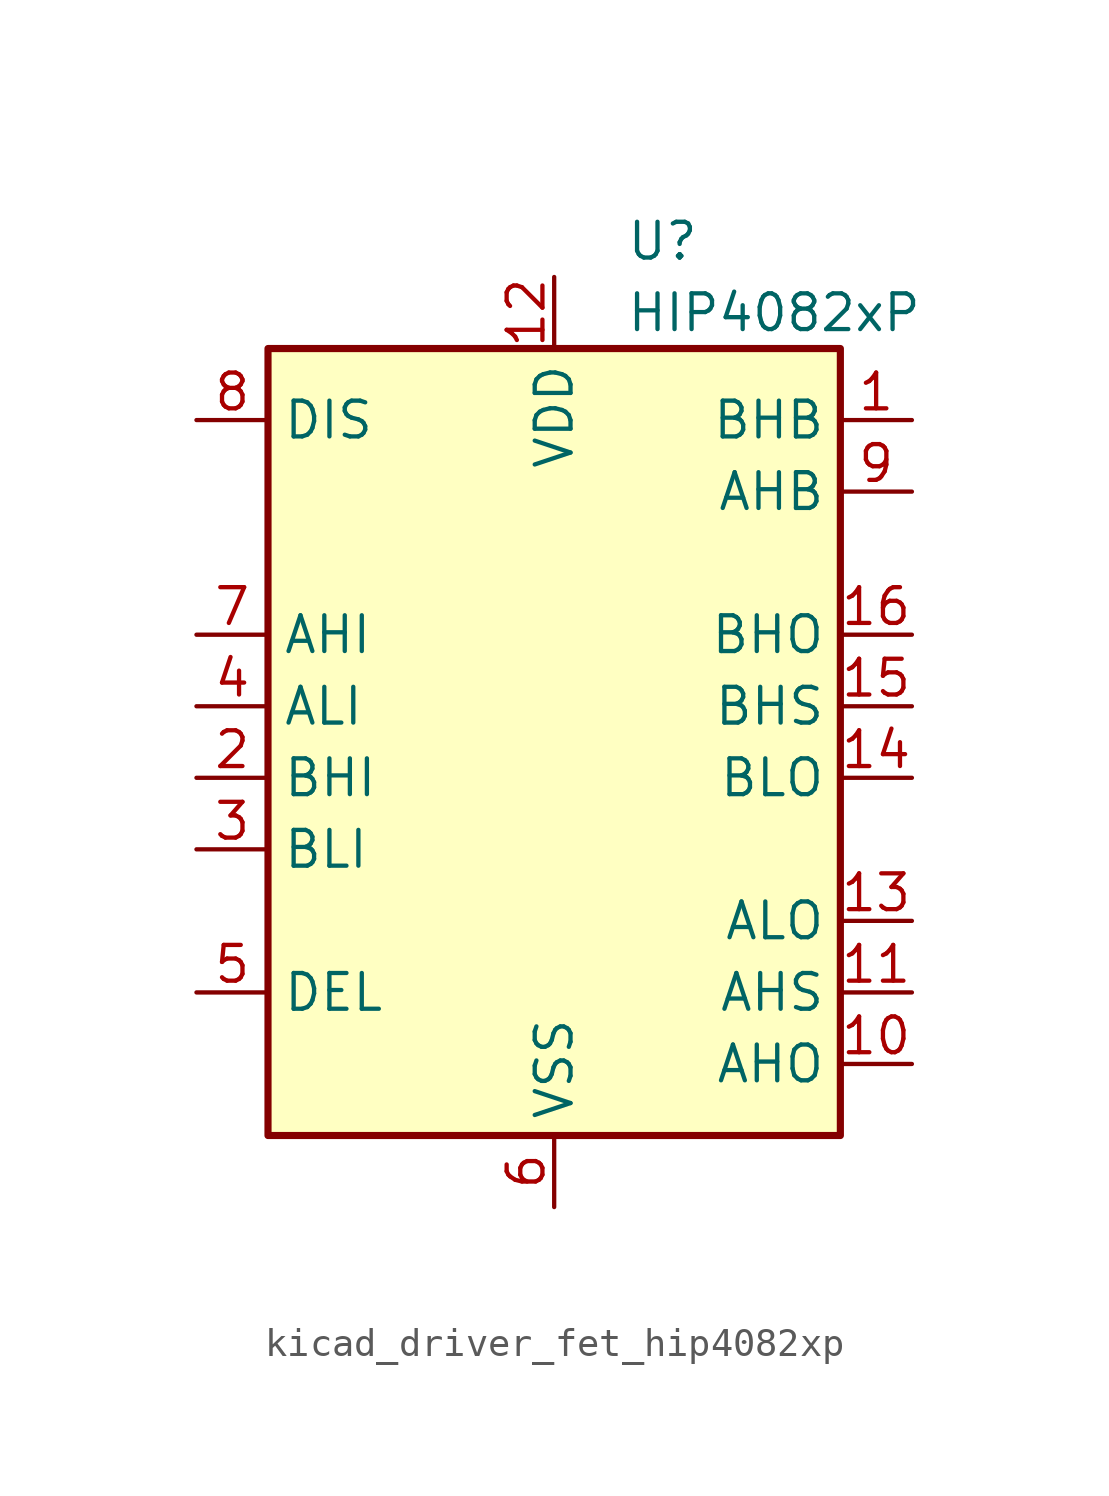
<source format=kicad_sym>
(kicad_symbol_lib
  (version 20220914)
  (generator kicad_symbol_editor)
  (symbol "kicad_driver_fet_hip4082xp"
    (property "Reference" "U"
      (at 2.54 16.51 0)
      (effects (font (size 1.27 1.27)) (justify left)))
    (property "Value" "HIP4082xP"
      (at 2.54 13.97 0)
      (effects (font (size 1.27 1.27)) (justify left)))
    (symbol "kicad_driver_fet_hip4082xp_0_0"
      (pin passive line (at -12.7 -10.16 0) (length 2.54) (name "DEL" (effects (font (size 1.27 1.27)))) (number "5" (effects (font (size 1.27 1.27))))))
    (symbol "kicad_driver_fet_hip4082xp_1_1"
      (rectangle (start -10.16 -15.24) (end 10.16 12.7) (stroke (width 0.254) (type default)) (fill (type background)))
      (pin input line (at 12.7 10.16 180) (length 2.54) (name "BHB" (effects (font (size 1.27 1.27)))) (number "1" (effects (font (size 1.27 1.27)))))
      (pin output line (at 12.7 -12.7 180) (length 2.54) (name "AHO" (effects (font (size 1.27 1.27)))) (number "10" (effects (font (size 1.27 1.27)))))
      (pin passive line (at 12.7 -10.16 180) (length 2.54) (name "AHS" (effects (font (size 1.27 1.27)))) (number "11" (effects (font (size 1.27 1.27)))))
      (pin power_in line (at 0 15.24 270) (length 2.54) (name "VDD" (effects (font (size 1.27 1.27)))) (number "12" (effects (font (size 1.27 1.27)))))
      (pin output line (at 12.7 -7.62 180) (length 2.54) (name "ALO" (effects (font (size 1.27 1.27)))) (number "13" (effects (font (size 1.27 1.27)))))
      (pin output line (at 12.7 -2.54 180) (length 2.54) (name "BLO" (effects (font (size 1.27 1.27)))) (number "14" (effects (font (size 1.27 1.27)))))
      (pin passive line (at 12.7 0 180) (length 2.54) (name "BHS" (effects (font (size 1.27 1.27)))) (number "15" (effects (font (size 1.27 1.27)))))
      (pin output line (at 12.7 2.54 180) (length 2.54) (name "BHO" (effects (font (size 1.27 1.27)))) (number "16" (effects (font (size 1.27 1.27)))))
      (pin input line (at -12.7 -2.54 0) (length 2.54) (name "BHI" (effects (font (size 1.27 1.27)))) (number "2" (effects (font (size 1.27 1.27)))))
      (pin input line (at -12.7 -5.08 0) (length 2.54) (name "BLI" (effects (font (size 1.27 1.27)))) (number "3" (effects (font (size 1.27 1.27)))))
      (pin input line (at -12.7 0 0) (length 2.54) (name "ALI" (effects (font (size 1.27 1.27)))) (number "4" (effects (font (size 1.27 1.27)))))
      (pin power_in line (at 0 -17.78 90) (length 2.54) (name "VSS" (effects (font (size 1.27 1.27)))) (number "6" (effects (font (size 1.27 1.27)))))
      (pin input line (at -12.7 2.54 0) (length 2.54) (name "AHI" (effects (font (size 1.27 1.27)))) (number "7" (effects (font (size 1.27 1.27)))))
      (pin input line (at -12.7 10.16 0) (length 2.54) (name "DIS" (effects (font (size 1.27 1.27)))) (number "8" (effects (font (size 1.27 1.27)))))
      (pin input line (at 12.7 7.62 180) (length 2.54) (name "AHB" (effects (font (size 1.27 1.27)))) (number "9" (effects (font (size 1.27 1.27))))))))
</source>
